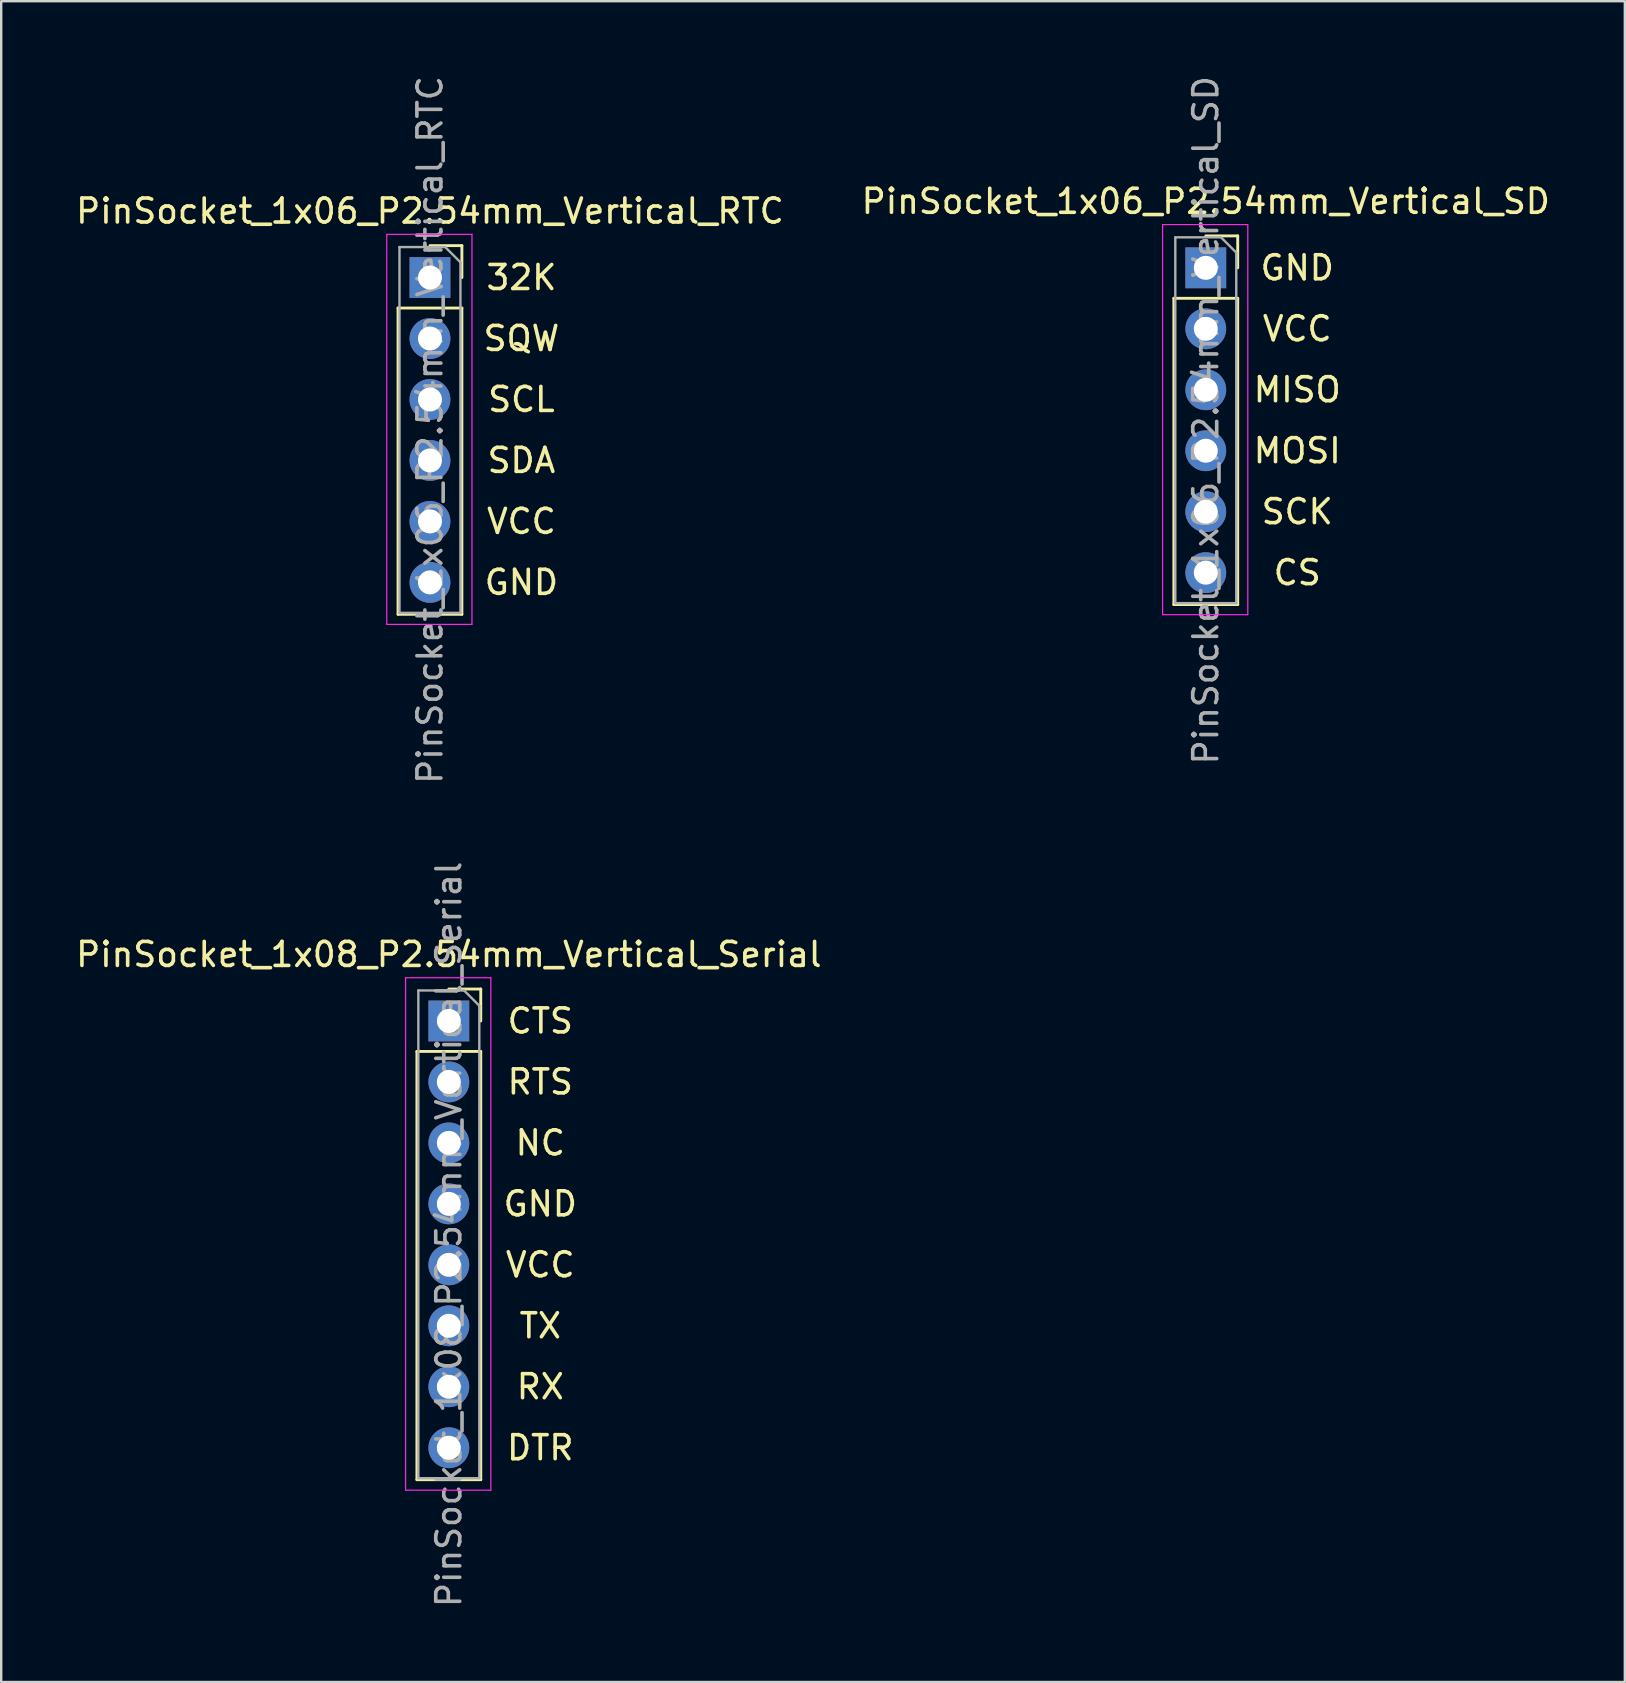
<source format=kicad_pcb>
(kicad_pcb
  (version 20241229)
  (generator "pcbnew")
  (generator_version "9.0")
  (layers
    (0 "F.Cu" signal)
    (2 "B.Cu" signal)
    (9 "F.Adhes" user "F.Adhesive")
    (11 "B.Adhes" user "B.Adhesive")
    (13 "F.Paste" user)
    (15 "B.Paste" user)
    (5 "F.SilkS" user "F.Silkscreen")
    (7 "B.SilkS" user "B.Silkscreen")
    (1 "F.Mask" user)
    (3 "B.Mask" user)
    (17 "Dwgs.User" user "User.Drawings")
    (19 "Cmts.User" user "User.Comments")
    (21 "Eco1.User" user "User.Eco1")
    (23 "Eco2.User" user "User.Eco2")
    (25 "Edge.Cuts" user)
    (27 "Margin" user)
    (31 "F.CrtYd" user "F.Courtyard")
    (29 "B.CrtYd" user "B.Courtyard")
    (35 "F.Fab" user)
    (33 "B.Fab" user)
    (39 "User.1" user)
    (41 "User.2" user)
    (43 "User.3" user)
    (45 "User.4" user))
  (footprint "PinSocket_1x08_P2.54mm_Vertical_Serial"
    (layer "F.Cu")
    (at 15.649 39.485)
    (property "Reference" "PinSocket_1x08_P2.54mm_Vertical_Serial" (at 0 -2.77 0) (layer "F.SilkS") (effects (font (size 1 1) (thickness 0.15))))
    (attr through_hole)
    (fp_line (start -1.33 1.27) (end -1.33 19.11) (stroke (width 0.12) (type solid)) (layer "F.SilkS"))
    (fp_line (start -1.33 1.27) (end 1.33 1.27) (stroke (width 0.12) (type solid)) (layer "F.SilkS"))
    (fp_line (start -1.33 19.11) (end 1.33 19.11) (stroke (width 0.12) (type solid)) (layer "F.SilkS"))
    (fp_line (start 0 -1.33) (end 1.33 -1.33) (stroke (width 0.12) (type solid)) (layer "F.SilkS"))
    (fp_line (start 1.33 -1.33) (end 1.33 0) (stroke (width 0.12) (type solid)) (layer "F.SilkS"))
    (fp_line (start 1.33 1.27) (end 1.33 19.11) (stroke (width 0.12) (type solid)) (layer "F.SilkS"))
    (fp_line (start -1.8 -1.8) (end 1.75 -1.8) (stroke (width 0.05) (type solid)) (layer "F.CrtYd"))
    (fp_line (start -1.8 19.55) (end -1.8 -1.8) (stroke (width 0.05) (type solid)) (layer "F.CrtYd"))
    (fp_line (start 1.75 -1.8) (end 1.75 19.55) (stroke (width 0.05) (type solid)) (layer "F.CrtYd"))
    (fp_line (start 1.75 19.55) (end -1.8 19.55) (stroke (width 0.05) (type solid)) (layer "F.CrtYd"))
    (fp_line (start -1.27 -1.27) (end 0.635 -1.27) (stroke (width 0.1) (type solid)) (layer "F.Fab"))
    (fp_line (start -1.27 19.05) (end -1.27 -1.27) (stroke (width 0.1) (type solid)) (layer "F.Fab"))
    (fp_line (start 0.635 -1.27) (end 1.27 -0.635) (stroke (width 0.1) (type solid)) (layer "F.Fab"))
    (fp_line (start 1.27 -0.635) (end 1.27 19.05) (stroke (width 0.1) (type solid)) (layer "F.Fab"))
    (fp_line (start 1.27 19.05) (end -1.27 19.05) (stroke (width 0.1) (type solid)) (layer "F.Fab"))
    (fp_text user "CTS" (at 3.81 0 0) (unlocked yes) (layer "F.SilkS") (effects (font (size 1 1) (thickness 0.15))))
    (fp_text user "TX" (at 3.81 12.7 0) (unlocked yes) (layer "F.SilkS") (effects (font (size 1 1) (thickness 0.15))))
    (fp_text user "RX" (at 3.81 15.24 0) (unlocked yes) (layer "F.SilkS") (effects (font (size 1 1) (thickness 0.15))))
    (fp_text user "VCC" (at 3.81 10.16 0) (unlocked yes) (layer "F.SilkS") (effects (font (size 1 1) (thickness 0.15))))
    (fp_text user "NC" (at 3.81 5.08 0) (unlocked yes) (layer "F.SilkS") (effects (font (size 1 1) (thickness 0.15))))
    (fp_text user "GND" (at 3.81 7.62 0) (unlocked yes) (layer "F.SilkS") (effects (font (size 1 1) (thickness 0.15))))
    (fp_text user "DTR" (at 3.81 17.78 0) (unlocked yes) (layer "F.SilkS") (effects (font (size 1 1) (thickness 0.15))))
    (fp_text user "RTS" (at 3.81 2.54 0) (unlocked yes) (layer "F.SilkS") (effects (font (size 1 1) (thickness 0.15))))
    (fp_text user "${REFERENCE}" (at 0 8.89 90) (layer "F.Fab") (effects (font (size 1 1) (thickness 0.15))))
    (pad "1" thru_hole rect (at 0 0) (size 1.7 1.7) (drill 1) (layers "*.Cu" "*.Mask"))
    (pad "2" thru_hole oval (at 0 2.54) (size 1.7 1.7) (drill 1) (layers "*.Cu" "*.Mask"))
    (pad "3" thru_hole oval (at 0 5.08) (size 1.7 1.7) (drill 1) (layers "*.Cu" "*.Mask"))
    (pad "4" thru_hole oval (at 0 7.62) (size 1.7 1.7) (drill 1) (layers "*.Cu" "*.Mask"))
    (pad "5" thru_hole oval (at 0 10.16) (size 1.7 1.7) (drill 1) (layers "*.Cu" "*.Mask"))
    (pad "6" thru_hole oval (at 0 12.7) (size 1.7 1.7) (drill 1) (layers "*.Cu" "*.Mask"))
    (pad "7" thru_hole oval (at 0 15.24) (size 1.7 1.7) (drill 1) (layers "*.Cu" "*.Mask"))
    (pad "8" thru_hole oval (at 0 17.78) (size 1.7 1.7) (drill 1) (layers "*.Cu" "*.Mask")))
  (footprint "PinSocket_1x06_P2.54mm_Vertical_RTC"
    (layer "F.Cu")
    (at 14.863 8.513)
    (property "Reference" "PinSocket_1x06_P2.54mm_Vertical_RTC" (at 0 -2.77 0) (layer "F.SilkS") (effects (font (size 1 1) (thickness 0.15))))
    (attr through_hole)
    (fp_line (start -1.33 1.27) (end -1.33 14.03) (stroke (width 0.12) (type solid)) (layer "F.SilkS"))
    (fp_line (start -1.33 1.27) (end 1.33 1.27) (stroke (width 0.12) (type solid)) (layer "F.SilkS"))
    (fp_line (start -1.33 14.03) (end 1.33 14.03) (stroke (width 0.12) (type solid)) (layer "F.SilkS"))
    (fp_line (start 0 -1.33) (end 1.33 -1.33) (stroke (width 0.12) (type solid)) (layer "F.SilkS"))
    (fp_line (start 1.33 -1.33) (end 1.33 0) (stroke (width 0.12) (type solid)) (layer "F.SilkS"))
    (fp_line (start 1.33 1.27) (end 1.33 14.03) (stroke (width 0.12) (type solid)) (layer "F.SilkS"))
    (fp_line (start -1.8 -1.8) (end 1.75 -1.8) (stroke (width 0.05) (type solid)) (layer "F.CrtYd"))
    (fp_line (start -1.8 14.45) (end -1.8 -1.8) (stroke (width 0.05) (type solid)) (layer "F.CrtYd"))
    (fp_line (start 1.75 -1.8) (end 1.75 14.45) (stroke (width 0.05) (type solid)) (layer "F.CrtYd"))
    (fp_line (start 1.75 14.45) (end -1.8 14.45) (stroke (width 0.05) (type solid)) (layer "F.CrtYd"))
    (fp_line (start -1.27 -1.27) (end 0.635 -1.27) (stroke (width 0.1) (type solid)) (layer "F.Fab"))
    (fp_line (start -1.27 13.97) (end -1.27 -1.27) (stroke (width 0.1) (type solid)) (layer "F.Fab"))
    (fp_line (start 0.635 -1.27) (end 1.27 -0.635) (stroke (width 0.1) (type solid)) (layer "F.Fab"))
    (fp_line (start 1.27 -0.635) (end 1.27 13.97) (stroke (width 0.1) (type solid)) (layer "F.Fab"))
    (fp_line (start 1.27 13.97) (end -1.27 13.97) (stroke (width 0.1) (type solid)) (layer "F.Fab"))
    (fp_text user "SQW" (at 3.81 2.54 0) (unlocked yes) (layer "F.SilkS") (effects (font (size 1 1) (thickness 0.15))))
    (fp_text user "SCL" (at 3.81 5.08 0) (unlocked yes) (layer "F.SilkS") (effects (font (size 1 1) (thickness 0.15))))
    (fp_text user "32K" (at 3.81 0 0) (unlocked yes) (layer "F.SilkS") (effects (font (size 1 1) (thickness 0.15))))
    (fp_text user "SDA" (at 3.81 7.62 0) (unlocked yes) (layer "F.SilkS") (effects (font (size 1 1) (thickness 0.15))))
    (fp_text user "GND" (at 3.81 12.7 0) (unlocked yes) (layer "F.SilkS") (effects (font (size 1 1) (thickness 0.15))))
    (fp_text user "VCC" (at 3.81 10.16 0) (unlocked yes) (layer "F.SilkS") (effects (font (size 1 1) (thickness 0.15))))
    (fp_text user "${REFERENCE}" (at 0 6.35 90) (layer "F.Fab") (effects (font (size 1 1) (thickness 0.15))))
    (pad "1" thru_hole rect (at 0 0) (size 1.7 1.7) (drill 1) (layers "*.Cu" "*.Mask"))
    (pad "2" thru_hole oval (at 0 2.54) (size 1.7 1.7) (drill 1) (layers "*.Cu" "*.Mask"))
    (pad "3" thru_hole oval (at 0 5.08) (size 1.7 1.7) (drill 1) (layers "*.Cu" "*.Mask"))
    (pad "4" thru_hole oval (at 0 7.62) (size 1.7 1.7) (drill 1) (layers "*.Cu" "*.Mask"))
    (pad "5" thru_hole oval (at 0 10.16) (size 1.7 1.7) (drill 1) (layers "*.Cu" "*.Mask"))
    (pad "6" thru_hole oval (at 0 12.7) (size 1.7 1.7) (drill 1) (layers "*.Cu" "*.Mask")))
  (footprint "PinSocket_1x06_P2.54mm_Vertical_SD"
    (layer "F.Cu")
    (at 47.185 8.108)
    (property "Reference" "PinSocket_1x06_P2.54mm_Vertical_SD" (at 0 -2.77 0) (layer "F.SilkS") (effects (font (size 1 1) (thickness 0.15))))
    (attr through_hole)
    (fp_line (start -1.33 1.27) (end -1.33 14.03) (stroke (width 0.12) (type solid)) (layer "F.SilkS"))
    (fp_line (start -1.33 1.27) (end 1.33 1.27) (stroke (width 0.12) (type solid)) (layer "F.SilkS"))
    (fp_line (start -1.33 14.03) (end 1.33 14.03) (stroke (width 0.12) (type solid)) (layer "F.SilkS"))
    (fp_line (start 0 -1.33) (end 1.33 -1.33) (stroke (width 0.12) (type solid)) (layer "F.SilkS"))
    (fp_line (start 1.33 -1.33) (end 1.33 0) (stroke (width 0.12) (type solid)) (layer "F.SilkS"))
    (fp_line (start 1.33 1.27) (end 1.33 14.03) (stroke (width 0.12) (type solid)) (layer "F.SilkS"))
    (fp_line (start -1.8 -1.8) (end 1.75 -1.8) (stroke (width 0.05) (type solid)) (layer "F.CrtYd"))
    (fp_line (start -1.8 14.45) (end -1.8 -1.8) (stroke (width 0.05) (type solid)) (layer "F.CrtYd"))
    (fp_line (start 1.75 -1.8) (end 1.75 14.45) (stroke (width 0.05) (type solid)) (layer "F.CrtYd"))
    (fp_line (start 1.75 14.45) (end -1.8 14.45) (stroke (width 0.05) (type solid)) (layer "F.CrtYd"))
    (fp_line (start -1.27 -1.27) (end 0.635 -1.27) (stroke (width 0.1) (type solid)) (layer "F.Fab"))
    (fp_line (start -1.27 13.97) (end -1.27 -1.27) (stroke (width 0.1) (type solid)) (layer "F.Fab"))
    (fp_line (start 0.635 -1.27) (end 1.27 -0.635) (stroke (width 0.1) (type solid)) (layer "F.Fab"))
    (fp_line (start 1.27 -0.635) (end 1.27 13.97) (stroke (width 0.1) (type solid)) (layer "F.Fab"))
    (fp_line (start 1.27 13.97) (end -1.27 13.97) (stroke (width 0.1) (type solid)) (layer "F.Fab"))
    (fp_text user "MOSI" (at 3.81 7.62 0) (unlocked yes) (layer "F.SilkS") (effects (font (size 1 1) (thickness 0.15))))
    (fp_text user "MISO" (at 3.81 5.08 0) (unlocked yes) (layer "F.SilkS") (effects (font (size 1 1) (thickness 0.15))))
    (fp_text user "GND" (at 3.81 0 0) (unlocked yes) (layer "F.SilkS") (effects (font (size 1 1) (thickness 0.15))))
    (fp_text user "VCC" (at 3.81 2.54 0) (unlocked yes) (layer "F.SilkS") (effects (font (size 1 1) (thickness 0.15))))
    (fp_text user "SCK" (at 3.81 10.16 0) (unlocked yes) (layer "F.SilkS") (effects (font (size 1 1) (thickness 0.15))))
    (fp_text user "CS" (at 3.81 12.7 0) (unlocked yes) (layer "F.SilkS") (effects (font (size 1 1) (thickness 0.15))))
    (fp_text user "${REFERENCE}" (at 0 6.35 90) (layer "F.Fab") (effects (font (size 1 1) (thickness 0.15))))
    (pad "1" thru_hole rect (at 0 0) (size 1.7 1.7) (drill 1) (layers "*.Cu" "*.Mask"))
    (pad "2" thru_hole oval (at 0 2.54) (size 1.7 1.7) (drill 1) (layers "*.Cu" "*.Mask"))
    (pad "3" thru_hole oval (at 0 5.08) (size 1.7 1.7) (drill 1) (layers "*.Cu" "*.Mask"))
    (pad "4" thru_hole oval (at 0 7.62) (size 1.7 1.7) (drill 1) (layers "*.Cu" "*.Mask"))
    (pad "5" thru_hole oval (at 0 10.16) (size 1.7 1.7) (drill 1) (layers "*.Cu" "*.Mask"))
    (pad "6" thru_hole oval (at 0 12.7) (size 1.7 1.7) (drill 1) (layers "*.Cu" "*.Mask")))
  (gr_rect
    (start -3 -3)
    (end 64.643 67.024)
    (stroke (width 0.1) (type default))
    (fill no)
    (layer "Edge.Cuts")))
</source>
